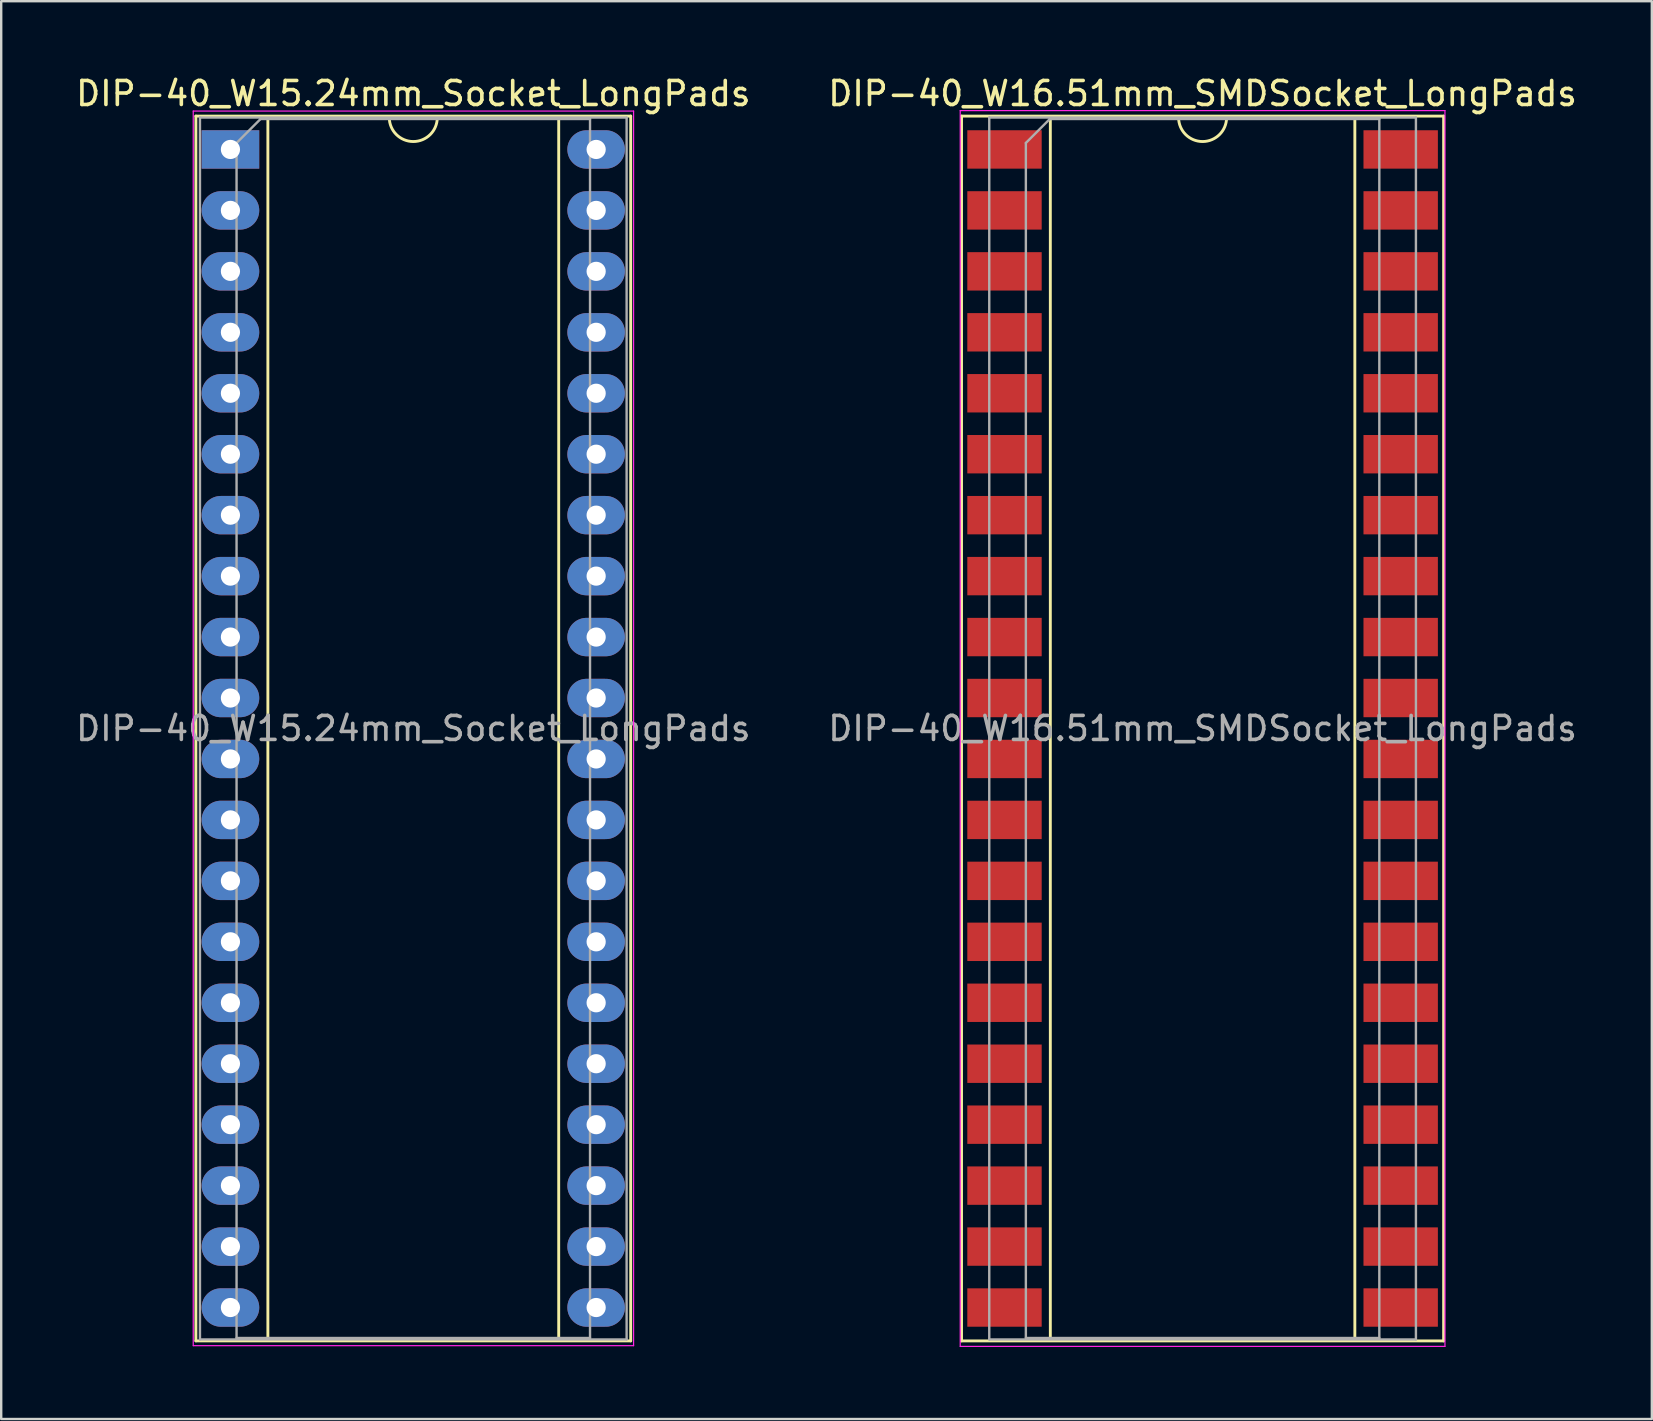
<source format=kicad_pcb>
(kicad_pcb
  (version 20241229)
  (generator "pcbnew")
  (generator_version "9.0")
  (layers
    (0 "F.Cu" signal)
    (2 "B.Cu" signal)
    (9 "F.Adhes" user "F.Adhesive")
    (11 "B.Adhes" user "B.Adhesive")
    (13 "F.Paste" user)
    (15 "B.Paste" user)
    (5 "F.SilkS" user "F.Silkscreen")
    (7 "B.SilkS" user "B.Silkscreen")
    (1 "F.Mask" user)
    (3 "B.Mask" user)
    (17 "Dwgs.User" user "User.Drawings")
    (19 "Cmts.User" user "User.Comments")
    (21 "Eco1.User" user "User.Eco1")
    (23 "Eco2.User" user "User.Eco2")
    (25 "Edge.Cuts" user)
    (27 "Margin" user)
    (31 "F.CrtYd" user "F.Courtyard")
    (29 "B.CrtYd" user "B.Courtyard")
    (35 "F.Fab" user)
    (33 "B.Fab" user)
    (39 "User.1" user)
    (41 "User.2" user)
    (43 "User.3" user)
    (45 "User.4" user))
  (footprint "DIP-40_W15.24mm_Socket_LongPads"
    (layer "F.Cu")
    (at 6.553 3.178)
    (property "Reference" "DIP-40_W15.24mm_Socket_LongPads" (at 7.62 -2.33 0) (layer "F.SilkS") (effects (font (size 1 1) (thickness 0.15))))
    (attr through_hole)
    (fp_line (start -1.44 -1.39) (end -1.44 49.65) (stroke (width 0.12) (type solid)) (layer "F.SilkS"))
    (fp_line (start -1.44 49.65) (end 16.68 49.65) (stroke (width 0.12) (type solid)) (layer "F.SilkS"))
    (fp_line (start 1.56 -1.33) (end 1.56 49.59) (stroke (width 0.12) (type solid)) (layer "F.SilkS"))
    (fp_line (start 1.56 49.59) (end 13.68 49.59) (stroke (width 0.12) (type solid)) (layer "F.SilkS"))
    (fp_line (start 6.62 -1.33) (end 1.56 -1.33) (stroke (width 0.12) (type solid)) (layer "F.SilkS"))
    (fp_line (start 13.68 -1.33) (end 8.62 -1.33) (stroke (width 0.12) (type solid)) (layer "F.SilkS"))
    (fp_line (start 13.68 49.59) (end 13.68 -1.33) (stroke (width 0.12) (type solid)) (layer "F.SilkS"))
    (fp_line (start 16.68 -1.39) (end -1.44 -1.39) (stroke (width 0.12) (type solid)) (layer "F.SilkS"))
    (fp_line (start 16.68 49.65) (end 16.68 -1.39) (stroke (width 0.12) (type solid)) (layer "F.SilkS"))
    (fp_arc (start 8.62 -1.33) (mid 7.62 -0.33) (end 6.62 -1.33) (stroke (width 0.12) (type solid)) (layer "F.SilkS"))
    (fp_line (start -1.55 -1.6) (end -1.55 49.85) (stroke (width 0.05) (type solid)) (layer "F.CrtYd"))
    (fp_line (start -1.55 49.85) (end 16.8 49.85) (stroke (width 0.05) (type solid)) (layer "F.CrtYd"))
    (fp_line (start 16.8 -1.6) (end -1.55 -1.6) (stroke (width 0.05) (type solid)) (layer "F.CrtYd"))
    (fp_line (start 16.8 49.85) (end 16.8 -1.6) (stroke (width 0.05) (type solid)) (layer "F.CrtYd"))
    (fp_line (start -1.27 -1.33) (end -1.27 49.59) (stroke (width 0.1) (type solid)) (layer "F.Fab"))
    (fp_line (start -1.27 49.59) (end 16.51 49.59) (stroke (width 0.1) (type solid)) (layer "F.Fab"))
    (fp_line (start 0.255 -0.27) (end 1.255 -1.27) (stroke (width 0.1) (type solid)) (layer "F.Fab"))
    (fp_line (start 0.255 49.53) (end 0.255 -0.27) (stroke (width 0.1) (type solid)) (layer "F.Fab"))
    (fp_line (start 1.255 -1.27) (end 14.985 -1.27) (stroke (width 0.1) (type solid)) (layer "F.Fab"))
    (fp_line (start 14.985 -1.27) (end 14.985 49.53) (stroke (width 0.1) (type solid)) (layer "F.Fab"))
    (fp_line (start 14.985 49.53) (end 0.255 49.53) (stroke (width 0.1) (type solid)) (layer "F.Fab"))
    (fp_line (start 16.51 -1.33) (end -1.27 -1.33) (stroke (width 0.1) (type solid)) (layer "F.Fab"))
    (fp_line (start 16.51 49.59) (end 16.51 -1.33) (stroke (width 0.1) (type solid)) (layer "F.Fab"))
    (fp_text user "${REFERENCE}" (at 7.62 24.13 0) (layer "F.Fab") (effects (font (size 1 1) (thickness 0.15))))
    (pad "1" thru_hole rect (at 0 0) (size 2.4 1.6) (drill 0.8) (layers "*.Cu" "*.Mask"))
    (pad "2" thru_hole oval (at 0 2.54) (size 2.4 1.6) (drill 0.8) (layers "*.Cu" "*.Mask"))
    (pad "3" thru_hole oval (at 0 5.08) (size 2.4 1.6) (drill 0.8) (layers "*.Cu" "*.Mask"))
    (pad "4" thru_hole oval (at 0 7.62) (size 2.4 1.6) (drill 0.8) (layers "*.Cu" "*.Mask"))
    (pad "5" thru_hole oval (at 0 10.16) (size 2.4 1.6) (drill 0.8) (layers "*.Cu" "*.Mask"))
    (pad "6" thru_hole oval (at 0 12.7) (size 2.4 1.6) (drill 0.8) (layers "*.Cu" "*.Mask"))
    (pad "7" thru_hole oval (at 0 15.24) (size 2.4 1.6) (drill 0.8) (layers "*.Cu" "*.Mask"))
    (pad "8" thru_hole oval (at 0 17.78) (size 2.4 1.6) (drill 0.8) (layers "*.Cu" "*.Mask"))
    (pad "9" thru_hole oval (at 0 20.32) (size 2.4 1.6) (drill 0.8) (layers "*.Cu" "*.Mask"))
    (pad "10" thru_hole oval (at 0 22.86) (size 2.4 1.6) (drill 0.8) (layers "*.Cu" "*.Mask"))
    (pad "11" thru_hole oval (at 0 25.4) (size 2.4 1.6) (drill 0.8) (layers "*.Cu" "*.Mask"))
    (pad "12" thru_hole oval (at 0 27.94) (size 2.4 1.6) (drill 0.8) (layers "*.Cu" "*.Mask"))
    (pad "13" thru_hole oval (at 0 30.48) (size 2.4 1.6) (drill 0.8) (layers "*.Cu" "*.Mask"))
    (pad "14" thru_hole oval (at 0 33.02) (size 2.4 1.6) (drill 0.8) (layers "*.Cu" "*.Mask"))
    (pad "15" thru_hole oval (at 0 35.56) (size 2.4 1.6) (drill 0.8) (layers "*.Cu" "*.Mask"))
    (pad "16" thru_hole oval (at 0 38.1) (size 2.4 1.6) (drill 0.8) (layers "*.Cu" "*.Mask"))
    (pad "17" thru_hole oval (at 0 40.64) (size 2.4 1.6) (drill 0.8) (layers "*.Cu" "*.Mask"))
    (pad "18" thru_hole oval (at 0 43.18) (size 2.4 1.6) (drill 0.8) (layers "*.Cu" "*.Mask"))
    (pad "19" thru_hole oval (at 0 45.72) (size 2.4 1.6) (drill 0.8) (layers "*.Cu" "*.Mask"))
    (pad "20" thru_hole oval (at 0 48.26) (size 2.4 1.6) (drill 0.8) (layers "*.Cu" "*.Mask"))
    (pad "21" thru_hole oval (at 15.24 48.26) (size 2.4 1.6) (drill 0.8) (layers "*.Cu" "*.Mask"))
    (pad "22" thru_hole oval (at 15.24 45.72) (size 2.4 1.6) (drill 0.8) (layers "*.Cu" "*.Mask"))
    (pad "23" thru_hole oval (at 15.24 43.18) (size 2.4 1.6) (drill 0.8) (layers "*.Cu" "*.Mask"))
    (pad "24" thru_hole oval (at 15.24 40.64) (size 2.4 1.6) (drill 0.8) (layers "*.Cu" "*.Mask"))
    (pad "25" thru_hole oval (at 15.24 38.1) (size 2.4 1.6) (drill 0.8) (layers "*.Cu" "*.Mask"))
    (pad "26" thru_hole oval (at 15.24 35.56) (size 2.4 1.6) (drill 0.8) (layers "*.Cu" "*.Mask"))
    (pad "27" thru_hole oval (at 15.24 33.02) (size 2.4 1.6) (drill 0.8) (layers "*.Cu" "*.Mask"))
    (pad "28" thru_hole oval (at 15.24 30.48) (size 2.4 1.6) (drill 0.8) (layers "*.Cu" "*.Mask"))
    (pad "29" thru_hole oval (at 15.24 27.94) (size 2.4 1.6) (drill 0.8) (layers "*.Cu" "*.Mask"))
    (pad "30" thru_hole oval (at 15.24 25.4) (size 2.4 1.6) (drill 0.8) (layers "*.Cu" "*.Mask"))
    (pad "31" thru_hole oval (at 15.24 22.86) (size 2.4 1.6) (drill 0.8) (layers "*.Cu" "*.Mask"))
    (pad "32" thru_hole oval (at 15.24 20.32) (size 2.4 1.6) (drill 0.8) (layers "*.Cu" "*.Mask"))
    (pad "33" thru_hole oval (at 15.24 17.78) (size 2.4 1.6) (drill 0.8) (layers "*.Cu" "*.Mask"))
    (pad "34" thru_hole oval (at 15.24 15.24) (size 2.4 1.6) (drill 0.8) (layers "*.Cu" "*.Mask"))
    (pad "35" thru_hole oval (at 15.24 12.7) (size 2.4 1.6) (drill 0.8) (layers "*.Cu" "*.Mask"))
    (pad "36" thru_hole oval (at 15.24 10.16) (size 2.4 1.6) (drill 0.8) (layers "*.Cu" "*.Mask"))
    (pad "37" thru_hole oval (at 15.24 7.62) (size 2.4 1.6) (drill 0.8) (layers "*.Cu" "*.Mask"))
    (pad "38" thru_hole oval (at 15.24 5.08) (size 2.4 1.6) (drill 0.8) (layers "*.Cu" "*.Mask"))
    (pad "39" thru_hole oval (at 15.24 2.54) (size 2.4 1.6) (drill 0.8) (layers "*.Cu" "*.Mask"))
    (pad "40" thru_hole oval (at 15.24 0) (size 2.4 1.6) (drill 0.8) (layers "*.Cu" "*.Mask")))
  (footprint "DIP-40_W16.51mm_SMDSocket_LongPads"
    (layer "F.Cu")
    (at 47.065 27.308)
    (property "Reference" "DIP-40_W16.51mm_SMDSocket_LongPads" (at 0 -26.46 0) (layer "F.SilkS") (effects (font (size 1 1) (thickness 0.15))))
    (attr smd)
    (fp_line (start -10.045 -25.52) (end -10.045 25.52) (stroke (width 0.12) (type solid)) (layer "F.SilkS"))
    (fp_line (start -10.045 25.52) (end 10.045 25.52) (stroke (width 0.12) (type solid)) (layer "F.SilkS"))
    (fp_line (start -6.345 -25.46) (end -6.345 25.46) (stroke (width 0.12) (type solid)) (layer "F.SilkS"))
    (fp_line (start -6.345 25.46) (end 6.345 25.46) (stroke (width 0.12) (type solid)) (layer "F.SilkS"))
    (fp_line (start -1 -25.46) (end -6.345 -25.46) (stroke (width 0.12) (type solid)) (layer "F.SilkS"))
    (fp_line (start 6.345 -25.46) (end 1 -25.46) (stroke (width 0.12) (type solid)) (layer "F.SilkS"))
    (fp_line (start 6.345 25.46) (end 6.345 -25.46) (stroke (width 0.12) (type solid)) (layer "F.SilkS"))
    (fp_line (start 10.045 -25.52) (end -10.045 -25.52) (stroke (width 0.12) (type solid)) (layer "F.SilkS"))
    (fp_line (start 10.045 25.52) (end 10.045 -25.52) (stroke (width 0.12) (type solid)) (layer "F.SilkS"))
    (fp_arc (start 1 -25.46) (mid 0 -24.46) (end -1 -25.46) (stroke (width 0.12) (type solid)) (layer "F.SilkS"))
    (fp_line (start -10.1 -25.75) (end -10.1 25.75) (stroke (width 0.05) (type solid)) (layer "F.CrtYd"))
    (fp_line (start -10.1 25.75) (end 10.1 25.75) (stroke (width 0.05) (type solid)) (layer "F.CrtYd"))
    (fp_line (start 10.1 -25.75) (end -10.1 -25.75) (stroke (width 0.05) (type solid)) (layer "F.CrtYd"))
    (fp_line (start 10.1 25.75) (end 10.1 -25.75) (stroke (width 0.05) (type solid)) (layer "F.CrtYd"))
    (fp_line (start -8.89 -25.46) (end -8.89 25.46) (stroke (width 0.1) (type solid)) (layer "F.Fab"))
    (fp_line (start -8.89 25.46) (end 8.89 25.46) (stroke (width 0.1) (type solid)) (layer "F.Fab"))
    (fp_line (start -7.365 -24.4) (end -6.365 -25.4) (stroke (width 0.1) (type solid)) (layer "F.Fab"))
    (fp_line (start -7.365 25.4) (end -7.365 -24.4) (stroke (width 0.1) (type solid)) (layer "F.Fab"))
    (fp_line (start -6.365 -25.4) (end 7.365 -25.4) (stroke (width 0.1) (type solid)) (layer "F.Fab"))
    (fp_line (start 7.365 -25.4) (end 7.365 25.4) (stroke (width 0.1) (type solid)) (layer "F.Fab"))
    (fp_line (start 7.365 25.4) (end -7.365 25.4) (stroke (width 0.1) (type solid)) (layer "F.Fab"))
    (fp_line (start 8.89 -25.46) (end -8.89 -25.46) (stroke (width 0.1) (type solid)) (layer "F.Fab"))
    (fp_line (start 8.89 25.46) (end 8.89 -25.46) (stroke (width 0.1) (type solid)) (layer "F.Fab"))
    (fp_text user "${REFERENCE}" (at 0 0 0) (layer "F.Fab") (effects (font (size 1 1) (thickness 0.15))))
    (pad "1" smd rect (at -8.255 -24.13) (size 3.1 1.6) (layers "F.Cu" "F.Mask" "F.Paste"))
    (pad "2" smd rect (at -8.255 -21.59) (size 3.1 1.6) (layers "F.Cu" "F.Mask" "F.Paste"))
    (pad "3" smd rect (at -8.255 -19.05) (size 3.1 1.6) (layers "F.Cu" "F.Mask" "F.Paste"))
    (pad "4" smd rect (at -8.255 -16.51) (size 3.1 1.6) (layers "F.Cu" "F.Mask" "F.Paste"))
    (pad "5" smd rect (at -8.255 -13.97) (size 3.1 1.6) (layers "F.Cu" "F.Mask" "F.Paste"))
    (pad "6" smd rect (at -8.255 -11.43) (size 3.1 1.6) (layers "F.Cu" "F.Mask" "F.Paste"))
    (pad "7" smd rect (at -8.255 -8.89) (size 3.1 1.6) (layers "F.Cu" "F.Mask" "F.Paste"))
    (pad "8" smd rect (at -8.255 -6.35) (size 3.1 1.6) (layers "F.Cu" "F.Mask" "F.Paste"))
    (pad "9" smd rect (at -8.255 -3.81) (size 3.1 1.6) (layers "F.Cu" "F.Mask" "F.Paste"))
    (pad "10" smd rect (at -8.255 -1.27) (size 3.1 1.6) (layers "F.Cu" "F.Mask" "F.Paste"))
    (pad "11" smd rect (at -8.255 1.27) (size 3.1 1.6) (layers "F.Cu" "F.Mask" "F.Paste"))
    (pad "12" smd rect (at -8.255 3.81) (size 3.1 1.6) (layers "F.Cu" "F.Mask" "F.Paste"))
    (pad "13" smd rect (at -8.255 6.35) (size 3.1 1.6) (layers "F.Cu" "F.Mask" "F.Paste"))
    (pad "14" smd rect (at -8.255 8.89) (size 3.1 1.6) (layers "F.Cu" "F.Mask" "F.Paste"))
    (pad "15" smd rect (at -8.255 11.43) (size 3.1 1.6) (layers "F.Cu" "F.Mask" "F.Paste"))
    (pad "16" smd rect (at -8.255 13.97) (size 3.1 1.6) (layers "F.Cu" "F.Mask" "F.Paste"))
    (pad "17" smd rect (at -8.255 16.51) (size 3.1 1.6) (layers "F.Cu" "F.Mask" "F.Paste"))
    (pad "18" smd rect (at -8.255 19.05) (size 3.1 1.6) (layers "F.Cu" "F.Mask" "F.Paste"))
    (pad "19" smd rect (at -8.255 21.59) (size 3.1 1.6) (layers "F.Cu" "F.Mask" "F.Paste"))
    (pad "20" smd rect (at -8.255 24.13) (size 3.1 1.6) (layers "F.Cu" "F.Mask" "F.Paste"))
    (pad "21" smd rect (at 8.255 24.13) (size 3.1 1.6) (layers "F.Cu" "F.Mask" "F.Paste"))
    (pad "22" smd rect (at 8.255 21.59) (size 3.1 1.6) (layers "F.Cu" "F.Mask" "F.Paste"))
    (pad "23" smd rect (at 8.255 19.05) (size 3.1 1.6) (layers "F.Cu" "F.Mask" "F.Paste"))
    (pad "24" smd rect (at 8.255 16.51) (size 3.1 1.6) (layers "F.Cu" "F.Mask" "F.Paste"))
    (pad "25" smd rect (at 8.255 13.97) (size 3.1 1.6) (layers "F.Cu" "F.Mask" "F.Paste"))
    (pad "26" smd rect (at 8.255 11.43) (size 3.1 1.6) (layers "F.Cu" "F.Mask" "F.Paste"))
    (pad "27" smd rect (at 8.255 8.89) (size 3.1 1.6) (layers "F.Cu" "F.Mask" "F.Paste"))
    (pad "28" smd rect (at 8.255 6.35) (size 3.1 1.6) (layers "F.Cu" "F.Mask" "F.Paste"))
    (pad "29" smd rect (at 8.255 3.81) (size 3.1 1.6) (layers "F.Cu" "F.Mask" "F.Paste"))
    (pad "30" smd rect (at 8.255 1.27) (size 3.1 1.6) (layers "F.Cu" "F.Mask" "F.Paste"))
    (pad "31" smd rect (at 8.255 -1.27) (size 3.1 1.6) (layers "F.Cu" "F.Mask" "F.Paste"))
    (pad "32" smd rect (at 8.255 -3.81) (size 3.1 1.6) (layers "F.Cu" "F.Mask" "F.Paste"))
    (pad "33" smd rect (at 8.255 -6.35) (size 3.1 1.6) (layers "F.Cu" "F.Mask" "F.Paste"))
    (pad "34" smd rect (at 8.255 -8.89) (size 3.1 1.6) (layers "F.Cu" "F.Mask" "F.Paste"))
    (pad "35" smd rect (at 8.255 -11.43) (size 3.1 1.6) (layers "F.Cu" "F.Mask" "F.Paste"))
    (pad "36" smd rect (at 8.255 -13.97) (size 3.1 1.6) (layers "F.Cu" "F.Mask" "F.Paste"))
    (pad "37" smd rect (at 8.255 -16.51) (size 3.1 1.6) (layers "F.Cu" "F.Mask" "F.Paste"))
    (pad "38" smd rect (at 8.255 -19.05) (size 3.1 1.6) (layers "F.Cu" "F.Mask" "F.Paste"))
    (pad "39" smd rect (at 8.255 -21.59) (size 3.1 1.6) (layers "F.Cu" "F.Mask" "F.Paste"))
    (pad "40" smd rect (at 8.255 -24.13) (size 3.1 1.6) (layers "F.Cu" "F.Mask" "F.Paste")))
  (gr_rect
    (start -3 -3)
    (end 65.786 56.083)
    (stroke (width 0.1) (type default))
    (fill no)
    (layer "Edge.Cuts")))
</source>
